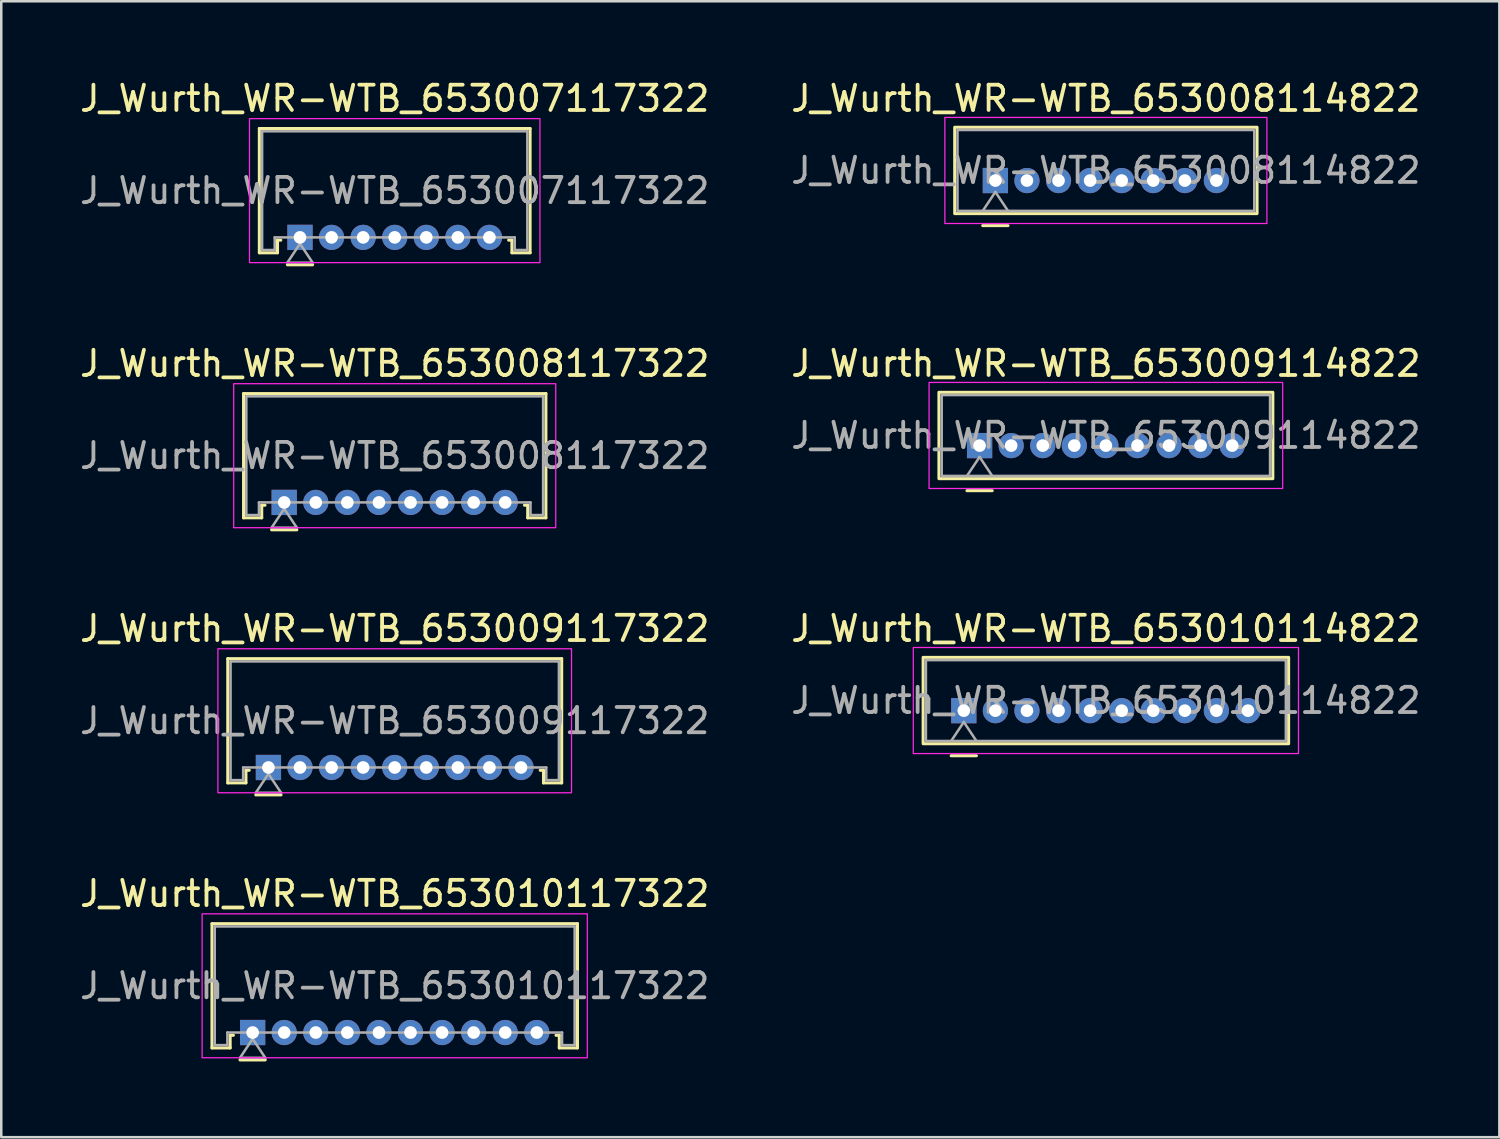
<source format=kicad_pcb>
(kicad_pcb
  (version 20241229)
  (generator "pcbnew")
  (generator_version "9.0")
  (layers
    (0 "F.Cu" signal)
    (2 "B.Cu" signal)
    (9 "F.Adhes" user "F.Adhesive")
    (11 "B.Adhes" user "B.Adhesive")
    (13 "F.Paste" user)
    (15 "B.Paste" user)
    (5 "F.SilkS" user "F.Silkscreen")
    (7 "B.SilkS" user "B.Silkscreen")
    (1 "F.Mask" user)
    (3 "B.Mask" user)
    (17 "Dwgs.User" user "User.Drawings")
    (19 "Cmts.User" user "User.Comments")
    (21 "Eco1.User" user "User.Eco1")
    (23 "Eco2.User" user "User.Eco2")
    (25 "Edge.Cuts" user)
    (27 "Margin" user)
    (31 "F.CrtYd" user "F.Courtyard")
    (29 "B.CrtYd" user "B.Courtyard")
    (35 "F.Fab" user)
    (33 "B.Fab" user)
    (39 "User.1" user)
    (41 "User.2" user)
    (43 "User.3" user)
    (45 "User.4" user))
  (footprint "J_Wurth_WR-WTB_653008117322"
    (layer "F.Cu")
    (at 8.202 16.841)
    (property "Reference" "J_Wurth_WR-WTB_653008117322" (at 4.375 -5.5 0) (unlocked yes) (layer "F.SilkS") (effects (font (size 1 1) (thickness 0.15))))
    (attr through_hole)
    (fp_line (start -1.61 -4.31) (end 10.36 -4.31) (stroke (width 0.12) (type default)) (layer "F.SilkS"))
    (fp_line (start -1.61 0.61) (end -1.61 -4.31) (stroke (width 0.12) (type default)) (layer "F.SilkS"))
    (fp_line (start -1.61 0.61) (end -0.89 0.61) (stroke (width 0.12) (type solid)) (layer "F.SilkS"))
    (fp_line (start -0.89 0.61) (end -0.89 0.11) (stroke (width 0.12) (type solid)) (layer "F.SilkS"))
    (fp_line (start -0.76 0.11) (end -0.89 0.11) (stroke (width 0.12) (type solid)) (layer "F.SilkS"))
    (fp_line (start -0.5 1.085) (end 0.5 1.085) (stroke (width 0.12) (type solid)) (layer "F.SilkS"))
    (fp_line (start 9.64 0.11) (end 9.51 0.11) (stroke (width 0.12) (type solid)) (layer "F.SilkS"))
    (fp_line (start 9.64 0.61) (end 9.64 0.11) (stroke (width 0.12) (type solid)) (layer "F.SilkS"))
    (fp_line (start 10.36 -4.31) (end 10.36 0.61) (stroke (width 0.12) (type default)) (layer "F.SilkS"))
    (fp_line (start 10.36 0.61) (end 9.64 0.61) (stroke (width 0.12) (type solid)) (layer "F.SilkS"))
    (fp_rect (start -2 -4.7) (end 10.75 1) (stroke (width 0.05) (type solid)) (fill no) (layer "F.CrtYd"))
    (fp_line (start -1.5 -4.2) (end 10.25 -4.2) (stroke (width 0.1) (type default)) (layer "F.Fab"))
    (fp_line (start -1.5 0.5) (end -1.5 -4.2) (stroke (width 0.1) (type default)) (layer "F.Fab"))
    (fp_line (start -1.5 0.5) (end -1 0.5) (stroke (width 0.1) (type solid)) (layer "F.Fab"))
    (fp_line (start -1 0.5) (end -1 0) (stroke (width 0.1) (type solid)) (layer "F.Fab"))
    (fp_line (start 0 0.25) (end -0.5 1) (stroke (width 0.1) (type solid)) (layer "F.Fab"))
    (fp_line (start 0 0.25) (end 0.5 1) (stroke (width 0.1) (type solid)) (layer "F.Fab"))
    (fp_line (start 0.5 1) (end -0.5 1) (stroke (width 0.1) (type default)) (layer "F.Fab"))
    (fp_line (start 9.75 0) (end -1 0) (stroke (width 0.1) (type default)) (layer "F.Fab"))
    (fp_line (start 9.75 0.5) (end 9.75 0) (stroke (width 0.1) (type solid)) (layer "F.Fab"))
    (fp_line (start 10.25 -4.2) (end 10.25 0.5) (stroke (width 0.1) (type default)) (layer "F.Fab"))
    (fp_line (start 10.25 0.5) (end 9.75 0.5) (stroke (width 0.1) (type solid)) (layer "F.Fab"))
    (fp_text user "${REFERENCE}" (at 4.375 -1.85 0) (unlocked yes) (layer "F.Fab") (effects (font (size 1 1) (thickness 0.15))))
    (pad "1" thru_hole rect (at 0 0 180) (size 1 1) (drill 0.5) (layers "*.Cu" "*.Mask"))
    (pad "2" thru_hole circle (at 1.25 0 180) (size 1 1) (drill 0.5) (layers "*.Cu" "*.Mask"))
    (pad "3" thru_hole circle (at 2.5 0 180) (size 1 1) (drill 0.5) (layers "*.Cu" "*.Mask"))
    (pad "4" thru_hole circle (at 3.75 0 180) (size 1 1) (drill 0.5) (layers "*.Cu" "*.Mask"))
    (pad "5" thru_hole circle (at 5 0 180) (size 1 1) (drill 0.5) (layers "*.Cu" "*.Mask"))
    (pad "6" thru_hole circle (at 6.25 0 180) (size 1 1) (drill 0.5) (layers "*.Cu" "*.Mask"))
    (pad "7" thru_hole circle (at 7.5 0 180) (size 1 1) (drill 0.5) (layers "*.Cu" "*.Mask"))
    (pad "8" thru_hole circle (at 8.75 0 180) (size 1 1) (drill 0.5) (layers "*.Cu" "*.Mask")))
  (footprint "J_Wurth_WR-WTB_653010114822"
    (layer "F.Cu")
    (at 35.107 25.085)
    (property "Reference" "J_Wurth_WR-WTB_653010114822" (at 5.625 -3.25 0) (unlocked yes) (layer "F.SilkS") (effects (font (size 1 1) (thickness 0.15))))
    (attr through_hole)
    (fp_line (start -0.5 1.785) (end 0.5 1.785) (stroke (width 0.12) (type solid)) (layer "F.SilkS"))
    (fp_rect (start -1.61 -2.11) (end 12.86 1.31) (stroke (width 0.12) (type solid)) (fill no) (layer "F.SilkS"))
    (fp_rect (start -2 -2.5) (end 13.25 1.7) (stroke (width 0.05) (type solid)) (fill no) (layer "F.CrtYd"))
    (fp_line (start 0 0.45) (end -0.5 1.2) (stroke (width 0.1) (type solid)) (layer "F.Fab"))
    (fp_line (start 0 0.45) (end 0.5 1.2) (stroke (width 0.1) (type solid)) (layer "F.Fab"))
    (fp_rect (start -1.5 -2) (end 12.75 1.2) (stroke (width 0.1) (type solid)) (fill no) (layer "F.Fab"))
    (fp_text user "${REFERENCE}" (at 5.625 -0.4 0) (unlocked yes) (layer "F.Fab") (effects (font (size 1 1) (thickness 0.15))))
    (pad "1" thru_hole rect (at 0 0 180) (size 1 1) (drill 0.5) (layers "*.Cu" "*.Mask"))
    (pad "2" thru_hole circle (at 1.25 0 180) (size 1 1) (drill 0.5) (layers "*.Cu" "*.Mask"))
    (pad "3" thru_hole circle (at 2.5 0 180) (size 1 1) (drill 0.5) (layers "*.Cu" "*.Mask"))
    (pad "4" thru_hole circle (at 3.75 0 180) (size 1 1) (drill 0.5) (layers "*.Cu" "*.Mask"))
    (pad "5" thru_hole circle (at 5 0 180) (size 1 1) (drill 0.5) (layers "*.Cu" "*.Mask"))
    (pad "6" thru_hole circle (at 6.25 0 180) (size 1 1) (drill 0.5) (layers "*.Cu" "*.Mask"))
    (pad "7" thru_hole circle (at 7.5 0 180) (size 1 1) (drill 0.5) (layers "*.Cu" "*.Mask"))
    (pad "8" thru_hole circle (at 8.75 0 180) (size 1 1) (drill 0.5) (layers "*.Cu" "*.Mask"))
    (pad "9" thru_hole circle (at 10 0 180) (size 1 1) (drill 0.5) (layers "*.Cu" "*.Mask"))
    (pad "10" thru_hole circle (at 11.25 0 180) (size 1 1) (drill 0.5) (layers "*.Cu" "*.Mask")))
  (footprint "J_Wurth_WR-WTB_653008114822"
    (layer "F.Cu")
    (at 36.357 4.098)
    (property "Reference" "J_Wurth_WR-WTB_653008114822" (at 4.375 -3.25 0) (unlocked yes) (layer "F.SilkS") (effects (font (size 1 1) (thickness 0.15))))
    (attr through_hole)
    (fp_line (start -0.5 1.785) (end 0.5 1.785) (stroke (width 0.12) (type solid)) (layer "F.SilkS"))
    (fp_rect (start -1.61 -2.11) (end 10.36 1.31) (stroke (width 0.12) (type solid)) (fill no) (layer "F.SilkS"))
    (fp_rect (start -2 -2.5) (end 10.75 1.7) (stroke (width 0.05) (type solid)) (fill no) (layer "F.CrtYd"))
    (fp_line (start 0 0.45) (end -0.5 1.2) (stroke (width 0.1) (type solid)) (layer "F.Fab"))
    (fp_line (start 0 0.45) (end 0.5 1.2) (stroke (width 0.1) (type solid)) (layer "F.Fab"))
    (fp_rect (start -1.5 -2) (end 10.25 1.2) (stroke (width 0.1) (type solid)) (fill no) (layer "F.Fab"))
    (fp_text user "${REFERENCE}" (at 4.375 -0.4 0) (unlocked yes) (layer "F.Fab") (effects (font (size 1 1) (thickness 0.15))))
    (pad "1" thru_hole rect (at 0 0 180) (size 1 1) (drill 0.5) (layers "*.Cu" "*.Mask"))
    (pad "2" thru_hole circle (at 1.25 0 180) (size 1 1) (drill 0.5) (layers "*.Cu" "*.Mask"))
    (pad "3" thru_hole circle (at 2.5 0 180) (size 1 1) (drill 0.5) (layers "*.Cu" "*.Mask"))
    (pad "4" thru_hole circle (at 3.75 0 180) (size 1 1) (drill 0.5) (layers "*.Cu" "*.Mask"))
    (pad "5" thru_hole circle (at 5 0 180) (size 1 1) (drill 0.5) (layers "*.Cu" "*.Mask"))
    (pad "6" thru_hole circle (at 6.25 0 180) (size 1 1) (drill 0.5) (layers "*.Cu" "*.Mask"))
    (pad "7" thru_hole circle (at 7.5 0 180) (size 1 1) (drill 0.5) (layers "*.Cu" "*.Mask"))
    (pad "8" thru_hole circle (at 8.75 0 180) (size 1 1) (drill 0.5) (layers "*.Cu" "*.Mask")))
  (footprint "J_Wurth_WR-WTB_653009114822"
    (layer "F.Cu")
    (at 35.732 14.591)
    (property "Reference" "J_Wurth_WR-WTB_653009114822" (at 5 -3.25 0) (unlocked yes) (layer "F.SilkS") (effects (font (size 1 1) (thickness 0.15))))
    (attr through_hole)
    (fp_line (start -0.5 1.785) (end 0.5 1.785) (stroke (width 0.12) (type solid)) (layer "F.SilkS"))
    (fp_rect (start -1.61 -2.11) (end 11.61 1.31) (stroke (width 0.12) (type solid)) (fill no) (layer "F.SilkS"))
    (fp_rect (start -2 -2.5) (end 12 1.7) (stroke (width 0.05) (type solid)) (fill no) (layer "F.CrtYd"))
    (fp_line (start 0 0.45) (end -0.5 1.2) (stroke (width 0.1) (type solid)) (layer "F.Fab"))
    (fp_line (start 0 0.45) (end 0.5 1.2) (stroke (width 0.1) (type solid)) (layer "F.Fab"))
    (fp_rect (start -1.5 -2) (end 11.5 1.2) (stroke (width 0.1) (type solid)) (fill no) (layer "F.Fab"))
    (fp_text user "${REFERENCE}" (at 5 -0.4 0) (unlocked yes) (layer "F.Fab") (effects (font (size 1 1) (thickness 0.15))))
    (pad "1" thru_hole rect (at 0 0 180) (size 1 1) (drill 0.5) (layers "*.Cu" "*.Mask"))
    (pad "2" thru_hole circle (at 1.25 0 180) (size 1 1) (drill 0.5) (layers "*.Cu" "*.Mask"))
    (pad "3" thru_hole circle (at 2.5 0 180) (size 1 1) (drill 0.5) (layers "*.Cu" "*.Mask"))
    (pad "4" thru_hole circle (at 3.75 0 180) (size 1 1) (drill 0.5) (layers "*.Cu" "*.Mask"))
    (pad "5" thru_hole circle (at 5 0 180) (size 1 1) (drill 0.5) (layers "*.Cu" "*.Mask"))
    (pad "6" thru_hole circle (at 6.25 0 180) (size 1 1) (drill 0.5) (layers "*.Cu" "*.Mask"))
    (pad "7" thru_hole circle (at 7.5 0 180) (size 1 1) (drill 0.5) (layers "*.Cu" "*.Mask"))
    (pad "8" thru_hole circle (at 8.75 0 180) (size 1 1) (drill 0.5) (layers "*.Cu" "*.Mask"))
    (pad "9" thru_hole circle (at 10 0 180) (size 1 1) (drill 0.5) (layers "*.Cu" "*.Mask")))
  (footprint "J_Wurth_WR-WTB_653010117322"
    (layer "F.Cu")
    (at 6.952 37.828)
    (property "Reference" "J_Wurth_WR-WTB_653010117322" (at 5.625 -5.5 0) (unlocked yes) (layer "F.SilkS") (effects (font (size 1 1) (thickness 0.15))))
    (attr through_hole)
    (fp_line (start -1.61 -4.31) (end 12.86 -4.31) (stroke (width 0.12) (type default)) (layer "F.SilkS"))
    (fp_line (start -1.61 0.61) (end -1.61 -4.31) (stroke (width 0.12) (type default)) (layer "F.SilkS"))
    (fp_line (start -1.61 0.61) (end -0.89 0.61) (stroke (width 0.12) (type solid)) (layer "F.SilkS"))
    (fp_line (start -0.89 0.61) (end -0.89 0.11) (stroke (width 0.12) (type solid)) (layer "F.SilkS"))
    (fp_line (start -0.76 0.11) (end -0.89 0.11) (stroke (width 0.12) (type solid)) (layer "F.SilkS"))
    (fp_line (start -0.5 1.085) (end 0.5 1.085) (stroke (width 0.12) (type solid)) (layer "F.SilkS"))
    (fp_line (start 12.14 0.11) (end 12.01 0.11) (stroke (width 0.12) (type solid)) (layer "F.SilkS"))
    (fp_line (start 12.14 0.61) (end 12.14 0.11) (stroke (width 0.12) (type solid)) (layer "F.SilkS"))
    (fp_line (start 12.86 -4.31) (end 12.86 0.61) (stroke (width 0.12) (type default)) (layer "F.SilkS"))
    (fp_line (start 12.86 0.61) (end 12.14 0.61) (stroke (width 0.12) (type solid)) (layer "F.SilkS"))
    (fp_rect (start -2 -4.7) (end 13.25 1) (stroke (width 0.05) (type solid)) (fill no) (layer "F.CrtYd"))
    (fp_line (start -1.5 -4.2) (end 12.75 -4.2) (stroke (width 0.1) (type default)) (layer "F.Fab"))
    (fp_line (start -1.5 0.5) (end -1.5 -4.2) (stroke (width 0.1) (type default)) (layer "F.Fab"))
    (fp_line (start -1.5 0.5) (end -1 0.5) (stroke (width 0.1) (type solid)) (layer "F.Fab"))
    (fp_line (start -1 0.5) (end -1 0) (stroke (width 0.1) (type solid)) (layer "F.Fab"))
    (fp_line (start 0 0.25) (end -0.5 1) (stroke (width 0.1) (type solid)) (layer "F.Fab"))
    (fp_line (start 0 0.25) (end 0.5 1) (stroke (width 0.1) (type solid)) (layer "F.Fab"))
    (fp_line (start 0.5 1) (end -0.5 1) (stroke (width 0.1) (type default)) (layer "F.Fab"))
    (fp_line (start 12.25 0) (end -1 0) (stroke (width 0.1) (type default)) (layer "F.Fab"))
    (fp_line (start 12.25 0.5) (end 12.25 0) (stroke (width 0.1) (type solid)) (layer "F.Fab"))
    (fp_line (start 12.75 -4.2) (end 12.75 0.5) (stroke (width 0.1) (type default)) (layer "F.Fab"))
    (fp_line (start 12.75 0.5) (end 12.25 0.5) (stroke (width 0.1) (type solid)) (layer "F.Fab"))
    (fp_text user "${REFERENCE}" (at 5.625 -1.85 0) (unlocked yes) (layer "F.Fab") (effects (font (size 1 1) (thickness 0.15))))
    (pad "1" thru_hole rect (at 0 0 180) (size 1 1) (drill 0.5) (layers "*.Cu" "*.Mask"))
    (pad "2" thru_hole circle (at 1.25 0 180) (size 1 1) (drill 0.5) (layers "*.Cu" "*.Mask"))
    (pad "3" thru_hole circle (at 2.5 0 180) (size 1 1) (drill 0.5) (layers "*.Cu" "*.Mask"))
    (pad "4" thru_hole circle (at 3.75 0 180) (size 1 1) (drill 0.5) (layers "*.Cu" "*.Mask"))
    (pad "5" thru_hole circle (at 5 0 180) (size 1 1) (drill 0.5) (layers "*.Cu" "*.Mask"))
    (pad "6" thru_hole circle (at 6.25 0 180) (size 1 1) (drill 0.5) (layers "*.Cu" "*.Mask"))
    (pad "7" thru_hole circle (at 7.5 0 180) (size 1 1) (drill 0.5) (layers "*.Cu" "*.Mask"))
    (pad "8" thru_hole circle (at 8.75 0 180) (size 1 1) (drill 0.5) (layers "*.Cu" "*.Mask"))
    (pad "9" thru_hole circle (at 10 0 180) (size 1 1) (drill 0.5) (layers "*.Cu" "*.Mask"))
    (pad "10" thru_hole circle (at 11.25 0 180) (size 1 1) (drill 0.5) (layers "*.Cu" "*.Mask")))
  (footprint "J_Wurth_WR-WTB_653009117322"
    (layer "F.Cu")
    (at 7.577 27.335)
    (property "Reference" "J_Wurth_WR-WTB_653009117322" (at 5 -5.5 0) (unlocked yes) (layer "F.SilkS") (effects (font (size 1 1) (thickness 0.15))))
    (attr through_hole)
    (fp_line (start -1.61 -4.31) (end 11.61 -4.31) (stroke (width 0.12) (type default)) (layer "F.SilkS"))
    (fp_line (start -1.61 0.61) (end -1.61 -4.31) (stroke (width 0.12) (type default)) (layer "F.SilkS"))
    (fp_line (start -1.61 0.61) (end -0.89 0.61) (stroke (width 0.12) (type solid)) (layer "F.SilkS"))
    (fp_line (start -0.89 0.61) (end -0.89 0.11) (stroke (width 0.12) (type solid)) (layer "F.SilkS"))
    (fp_line (start -0.76 0.11) (end -0.89 0.11) (stroke (width 0.12) (type solid)) (layer "F.SilkS"))
    (fp_line (start -0.5 1.085) (end 0.5 1.085) (stroke (width 0.12) (type solid)) (layer "F.SilkS"))
    (fp_line (start 10.89 0.11) (end 10.76 0.11) (stroke (width 0.12) (type solid)) (layer "F.SilkS"))
    (fp_line (start 10.89 0.61) (end 10.89 0.11) (stroke (width 0.12) (type solid)) (layer "F.SilkS"))
    (fp_line (start 11.61 -4.31) (end 11.61 0.61) (stroke (width 0.12) (type default)) (layer "F.SilkS"))
    (fp_line (start 11.61 0.61) (end 10.89 0.61) (stroke (width 0.12) (type solid)) (layer "F.SilkS"))
    (fp_rect (start -2 -4.7) (end 12 1) (stroke (width 0.05) (type solid)) (fill no) (layer "F.CrtYd"))
    (fp_line (start -1.5 -4.2) (end 11.5 -4.2) (stroke (width 0.1) (type default)) (layer "F.Fab"))
    (fp_line (start -1.5 0.5) (end -1.5 -4.2) (stroke (width 0.1) (type default)) (layer "F.Fab"))
    (fp_line (start -1.5 0.5) (end -1 0.5) (stroke (width 0.1) (type solid)) (layer "F.Fab"))
    (fp_line (start -1 0.5) (end -1 0) (stroke (width 0.1) (type solid)) (layer "F.Fab"))
    (fp_line (start 0 0.25) (end -0.5 1) (stroke (width 0.1) (type solid)) (layer "F.Fab"))
    (fp_line (start 0 0.25) (end 0.5 1) (stroke (width 0.1) (type solid)) (layer "F.Fab"))
    (fp_line (start 0.5 1) (end -0.5 1) (stroke (width 0.1) (type default)) (layer "F.Fab"))
    (fp_line (start 11 0) (end -1 0) (stroke (width 0.1) (type default)) (layer "F.Fab"))
    (fp_line (start 11 0.5) (end 11 0) (stroke (width 0.1) (type solid)) (layer "F.Fab"))
    (fp_line (start 11.5 -4.2) (end 11.5 0.5) (stroke (width 0.1) (type default)) (layer "F.Fab"))
    (fp_line (start 11.5 0.5) (end 11 0.5) (stroke (width 0.1) (type solid)) (layer "F.Fab"))
    (fp_text user "${REFERENCE}" (at 5 -1.85 0) (unlocked yes) (layer "F.Fab") (effects (font (size 1 1) (thickness 0.15))))
    (pad "1" thru_hole rect (at 0 0 180) (size 1 1) (drill 0.5) (layers "*.Cu" "*.Mask"))
    (pad "2" thru_hole circle (at 1.25 0 180) (size 1 1) (drill 0.5) (layers "*.Cu" "*.Mask"))
    (pad "3" thru_hole circle (at 2.5 0 180) (size 1 1) (drill 0.5) (layers "*.Cu" "*.Mask"))
    (pad "4" thru_hole circle (at 3.75 0 180) (size 1 1) (drill 0.5) (layers "*.Cu" "*.Mask"))
    (pad "5" thru_hole circle (at 5 0 180) (size 1 1) (drill 0.5) (layers "*.Cu" "*.Mask"))
    (pad "6" thru_hole circle (at 6.25 0 180) (size 1 1) (drill 0.5) (layers "*.Cu" "*.Mask"))
    (pad "7" thru_hole circle (at 7.5 0 180) (size 1 1) (drill 0.5) (layers "*.Cu" "*.Mask"))
    (pad "8" thru_hole circle (at 8.75 0 180) (size 1 1) (drill 0.5) (layers "*.Cu" "*.Mask"))
    (pad "9" thru_hole circle (at 10 0 180) (size 1 1) (drill 0.5) (layers "*.Cu" "*.Mask")))
  (footprint "J_Wurth_WR-WTB_653007117322"
    (layer "F.Cu")
    (at 8.827 6.348)
    (property "Reference" "J_Wurth_WR-WTB_653007117322" (at 3.75 -5.5 0) (unlocked yes) (layer "F.SilkS") (effects (font (size 1 1) (thickness 0.15))))
    (attr through_hole)
    (fp_line (start -1.61 -4.31) (end 9.11 -4.31) (stroke (width 0.12) (type default)) (layer "F.SilkS"))
    (fp_line (start -1.61 0.61) (end -1.61 -4.31) (stroke (width 0.12) (type default)) (layer "F.SilkS"))
    (fp_line (start -1.61 0.61) (end -0.89 0.61) (stroke (width 0.12) (type solid)) (layer "F.SilkS"))
    (fp_line (start -0.89 0.61) (end -0.89 0.11) (stroke (width 0.12) (type solid)) (layer "F.SilkS"))
    (fp_line (start -0.76 0.11) (end -0.89 0.11) (stroke (width 0.12) (type solid)) (layer "F.SilkS"))
    (fp_line (start -0.5 1.085) (end 0.5 1.085) (stroke (width 0.12) (type solid)) (layer "F.SilkS"))
    (fp_line (start 8.39 0.11) (end 8.26 0.11) (stroke (width 0.12) (type solid)) (layer "F.SilkS"))
    (fp_line (start 8.39 0.61) (end 8.39 0.11) (stroke (width 0.12) (type solid)) (layer "F.SilkS"))
    (fp_line (start 9.11 -4.31) (end 9.11 0.61) (stroke (width 0.12) (type default)) (layer "F.SilkS"))
    (fp_line (start 9.11 0.61) (end 8.39 0.61) (stroke (width 0.12) (type solid)) (layer "F.SilkS"))
    (fp_rect (start -2 -4.7) (end 9.5 1) (stroke (width 0.05) (type solid)) (fill no) (layer "F.CrtYd"))
    (fp_line (start -1.5 -4.2) (end 9 -4.2) (stroke (width 0.1) (type default)) (layer "F.Fab"))
    (fp_line (start -1.5 0.5) (end -1.5 -4.2) (stroke (width 0.1) (type default)) (layer "F.Fab"))
    (fp_line (start -1.5 0.5) (end -1 0.5) (stroke (width 0.1) (type solid)) (layer "F.Fab"))
    (fp_line (start -1 0.5) (end -1 0) (stroke (width 0.1) (type solid)) (layer "F.Fab"))
    (fp_line (start 0 0.25) (end -0.5 1) (stroke (width 0.1) (type solid)) (layer "F.Fab"))
    (fp_line (start 0 0.25) (end 0.5 1) (stroke (width 0.1) (type solid)) (layer "F.Fab"))
    (fp_line (start 0.5 1) (end -0.5 1) (stroke (width 0.1) (type default)) (layer "F.Fab"))
    (fp_line (start 8.5 0) (end -1 0) (stroke (width 0.1) (type default)) (layer "F.Fab"))
    (fp_line (start 8.5 0.5) (end 8.5 0) (stroke (width 0.1) (type solid)) (layer "F.Fab"))
    (fp_line (start 9 -4.2) (end 9 0.5) (stroke (width 0.1) (type default)) (layer "F.Fab"))
    (fp_line (start 9 0.5) (end 8.5 0.5) (stroke (width 0.1) (type solid)) (layer "F.Fab"))
    (fp_text user "${REFERENCE}" (at 3.75 -1.85 0) (unlocked yes) (layer "F.Fab") (effects (font (size 1 1) (thickness 0.15))))
    (pad "1" thru_hole rect (at 0 0 180) (size 1 1) (drill 0.5) (layers "*.Cu" "*.Mask"))
    (pad "2" thru_hole circle (at 1.25 0 180) (size 1 1) (drill 0.5) (layers "*.Cu" "*.Mask"))
    (pad "3" thru_hole circle (at 2.5 0 180) (size 1 1) (drill 0.5) (layers "*.Cu" "*.Mask"))
    (pad "4" thru_hole circle (at 3.75 0 180) (size 1 1) (drill 0.5) (layers "*.Cu" "*.Mask"))
    (pad "5" thru_hole circle (at 5 0 180) (size 1 1) (drill 0.5) (layers "*.Cu" "*.Mask"))
    (pad "6" thru_hole circle (at 6.25 0 180) (size 1 1) (drill 0.5) (layers "*.Cu" "*.Mask"))
    (pad "7" thru_hole circle (at 7.5 0 180) (size 1 1) (drill 0.5) (layers "*.Cu" "*.Mask")))
  (gr_rect
    (start -3 -3)
    (end 56.31 41.973)
    (stroke (width 0.1) (type default))
    (fill no)
    (layer "Edge.Cuts")))
</source>
